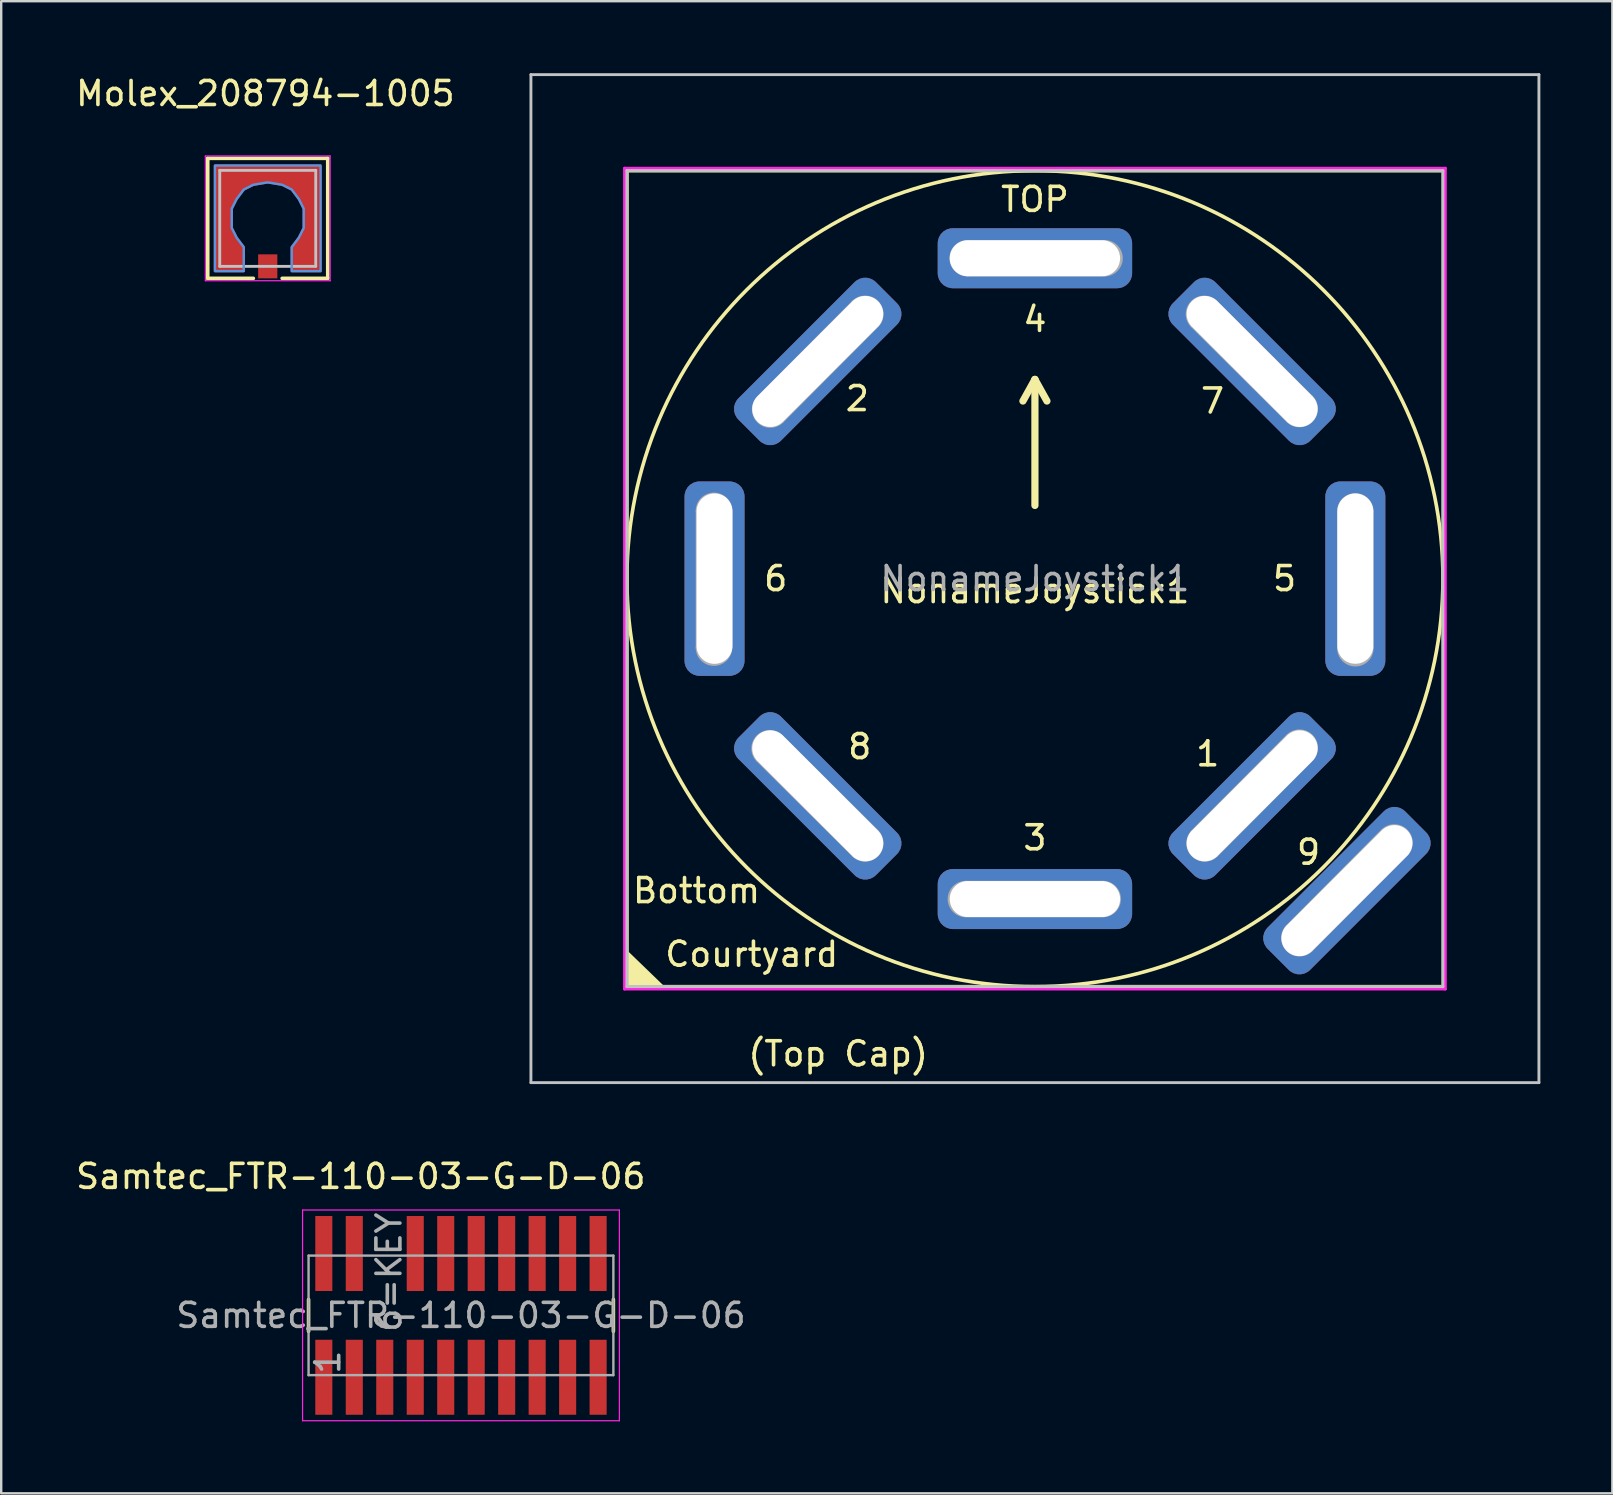
<source format=kicad_pcb>
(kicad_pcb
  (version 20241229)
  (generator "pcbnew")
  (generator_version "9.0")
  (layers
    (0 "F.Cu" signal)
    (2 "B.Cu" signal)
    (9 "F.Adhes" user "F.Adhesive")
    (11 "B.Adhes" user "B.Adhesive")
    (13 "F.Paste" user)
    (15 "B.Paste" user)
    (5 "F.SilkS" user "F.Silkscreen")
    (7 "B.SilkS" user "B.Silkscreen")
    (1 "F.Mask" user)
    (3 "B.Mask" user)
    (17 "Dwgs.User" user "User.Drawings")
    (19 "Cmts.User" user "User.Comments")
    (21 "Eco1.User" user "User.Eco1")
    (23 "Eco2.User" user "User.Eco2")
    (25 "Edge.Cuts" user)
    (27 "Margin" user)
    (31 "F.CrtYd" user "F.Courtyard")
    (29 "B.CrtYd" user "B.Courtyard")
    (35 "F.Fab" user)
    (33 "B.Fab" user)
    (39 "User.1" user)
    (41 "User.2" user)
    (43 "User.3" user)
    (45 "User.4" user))
  (footprint "Molex_208794-1005"
    (layer "F.Cu")
    (at 8.106 6.048)
    (property "Reference" "Molex_208794-1005" (at -0.1 -5.2 0) (layer "F.SilkS") (effects (font (size 1 1) (thickness 0.15))))
    (attr smd)
    (fp_line (start -2.5 2.5) (end -2.5 -2.5) (stroke (width 0.15) (type solid)) (layer "F.SilkS"))
    (fp_line (start -2.5 2.5) (end -0.6 2.5) (stroke (width 0.15) (type solid)) (layer "F.SilkS"))
    (fp_line (start 2.5 -2.5) (end -2.5 -2.5) (stroke (width 0.15) (type solid)) (layer "F.SilkS"))
    (fp_line (start 2.5 2.5) (end 0.6 2.5) (stroke (width 0.15) (type solid)) (layer "F.SilkS"))
    (fp_line (start 2.5 2.5) (end 2.5 -2.5) (stroke (width 0.15) (type solid)) (layer "F.SilkS"))
    (fp_line (start -2 -2) (end -2 2) (stroke (width 0.12) (type solid)) (layer "Dwgs.User"))
    (fp_line (start -2 -2) (end 2 -2) (stroke (width 0.12) (type solid)) (layer "Dwgs.User"))
    (fp_line (start -2 2) (end 2 2) (stroke (width 0.12) (type solid)) (layer "Dwgs.User"))
    (fp_line (start 2 -2) (end 2 2) (stroke (width 0.12) (type solid)) (layer "Dwgs.User"))
    (fp_poly (pts (xy 2.2 2.2) (xy 1 2.2) (xy 1 1.2) (xy 1.3 0.8) (xy 1.5 0.4) (xy 1.5 -0.4) (xy 1.3 -0.8) (xy 1 -1.2) (xy 0.6 -1.4) (xy 0 -1.5) (xy -0.6 -1.4) (xy -1 -1.2) (xy -1.3 -0.8) (xy -1.5 -0.4) (xy -1.5 0.4) (xy -1.3 0.8) (xy -1 1.2) (xy -1 2.2) (xy -2.2 2.2) (xy -2.2 -2.2) (xy 2.2 -2.2)) (stroke (width 0.1) (type solid)) (fill no) (layer "Cmts.User"))
    (fp_line (start -2.6 -2.6) (end -2.6 2.6) (stroke (width 0.05) (type solid)) (layer "F.CrtYd"))
    (fp_line (start -2.6 2.6) (end 2.6 2.6) (stroke (width 0.05) (type solid)) (layer "F.CrtYd"))
    (fp_line (start 2.6 -2.6) (end -2.6 -2.6) (stroke (width 0.05) (type solid)) (layer "F.CrtYd"))
    (fp_line (start 2.6 2.6) (end 2.6 -2.6) (stroke (width 0.05) (type solid)) (layer "F.CrtYd"))
    (pad "1" smd rect (at 0 2) (size 0.8 1) (layers "F.Cu" "F.Mask" "F.Paste"))
    (pad "2" smd custom (at 0 -1.8) (size 0.5 0.5) (layers "F.Cu" "F.Mask" "F.Paste") (options (anchor rect)) (primitives (gr_poly (pts (xy 0 -0.4) (xy 2.2 -0.4) (xy 2.2 4) (xy 1 4) (xy 1 3) (xy 1.3 2.6) (xy 1.5 2.2) (xy 1.5 1.4) (xy 1.3 1) (xy 1 0.6) (xy 0.6 0.4) (xy 0 0.3) (xy -0.6 0.4) (xy -1 0.6) (xy -1.3 1) (xy -1.5 1.4) (xy -1.5 2.2) (xy -1.3 2.6) (xy -1 3) (xy -1 4) (xy -2.2 4) (xy -2.2 -0.4)) (width 0.1) (fill yes)))))
  (footprint "Samtec_FTR-110-03-G-D-06"
    (layer "F.Cu")
    (at 16.157 51.758)
    (property "Reference" "Samtec_FTR-110-03-G-D-06" (at -4.175 -5.79 0) (layer "F.SilkS") (effects (font (size 1 1) (thickness 0.15))))
    (attr smd)
    (fp_line (start -6.35 0.665) (end -6.35 -0.665) (stroke (width 0.15) (type solid)) (layer "F.SilkS"))
    (fp_line (start 6.35 0.665) (end 6.35 -0.665) (stroke (width 0.15) (type solid)) (layer "F.SilkS"))
    (fp_line (start -6.6 -4.39) (end 6.6 -4.39) (stroke (width 0.05) (type solid)) (layer "F.CrtYd"))
    (fp_line (start -6.6 4.39) (end -6.6 -4.39) (stroke (width 0.05) (type solid)) (layer "F.CrtYd"))
    (fp_line (start 6.6 -4.39) (end 6.6 4.39) (stroke (width 0.05) (type solid)) (layer "F.CrtYd"))
    (fp_line (start 6.6 4.39) (end -6.6 4.39) (stroke (width 0.05) (type solid)) (layer "F.CrtYd"))
    (fp_line (start -6.35 -2.49) (end 6.35 -2.49) (stroke (width 0.1) (type solid)) (layer "F.Fab"))
    (fp_line (start -6.35 2.49) (end -6.35 -2.49) (stroke (width 0.1) (type solid)) (layer "F.Fab"))
    (fp_line (start 6.35 -2.49) (end 6.35 2.49) (stroke (width 0.1) (type solid)) (layer "F.Fab"))
    (fp_line (start 6.35 2.49) (end -6.35 2.49) (stroke (width 0.1) (type solid)) (layer "F.Fab"))
    (fp_text user "1" (at -5.55 1.95 90) (layer "F.Fab") (effects (font (size 1 1) (thickness 0.15))))
    (fp_text user "${REFERENCE}" (at 0 0 0) (layer "F.Fab") (effects (font (size 1 1) (thickness 0.15))))
    (fp_text user "6=KEY" (at -3 -1.8 90) (layer "F.Fab") (effects (font (size 1 1) (thickness 0.15))))
    (pad "1" smd rect (at -5.715 2.578) (size 0.711 3.125) (layers "F.Cu" "F.Mask" "F.Paste"))
    (pad "2" smd rect (at -5.715 -2.578) (size 0.711 3.125) (layers "F.Cu" "F.Mask" "F.Paste"))
    (pad "3" smd rect (at -4.445 2.578) (size 0.711 3.125) (layers "F.Cu" "F.Mask" "F.Paste"))
    (pad "4" smd rect (at -4.445 -2.578) (size 0.711 3.125) (layers "F.Cu" "F.Mask" "F.Paste"))
    (pad "5" smd rect (at -3.175 2.578) (size 0.711 3.125) (layers "F.Cu" "F.Mask" "F.Paste"))
    (pad "7" smd rect (at -1.905 2.578) (size 0.711 3.125) (layers "F.Cu" "F.Mask" "F.Paste"))
    (pad "8" smd rect (at -1.905 -2.578) (size 0.711 3.125) (layers "F.Cu" "F.Mask" "F.Paste"))
    (pad "9" smd rect (at -0.635 2.578) (size 0.711 3.125) (layers "F.Cu" "F.Mask" "F.Paste"))
    (pad "10" smd rect (at -0.635 -2.578) (size 0.711 3.125) (layers "F.Cu" "F.Mask" "F.Paste"))
    (pad "11" smd rect (at 0.635 2.578) (size 0.711 3.125) (layers "F.Cu" "F.Mask" "F.Paste"))
    (pad "12" smd rect (at 0.635 -2.578) (size 0.711 3.125) (layers "F.Cu" "F.Mask" "F.Paste"))
    (pad "13" smd rect (at 1.905 2.578) (size 0.711 3.125) (layers "F.Cu" "F.Mask" "F.Paste"))
    (pad "14" smd rect (at 1.905 -2.578) (size 0.711 3.125) (layers "F.Cu" "F.Mask" "F.Paste"))
    (pad "15" smd rect (at 3.175 2.578) (size 0.711 3.125) (layers "F.Cu" "F.Mask" "F.Paste"))
    (pad "16" smd rect (at 3.175 -2.578) (size 0.711 3.125) (layers "F.Cu" "F.Mask" "F.Paste"))
    (pad "17" smd rect (at 4.445 2.578) (size 0.711 3.125) (layers "F.Cu" "F.Mask" "F.Paste"))
    (pad "18" smd rect (at 4.445 -2.578) (size 0.711 3.125) (layers "F.Cu" "F.Mask" "F.Paste"))
    (pad "19" smd rect (at 5.715 2.578) (size 0.711 3.125) (layers "F.Cu" "F.Mask" "F.Paste"))
    (pad "20" smd rect (at 5.715 -2.578) (size 0.711 3.125) (layers "F.Cu" "F.Mask" "F.Paste")))
  (footprint "NonameJoystick1"
    (layer "F.Cu")
    (at 40.072 21.06)
    (property "Reference" "NonameJoystick1" (at 0 0.5 0) (layer "F.SilkS") (effects (font (size 1 1) (thickness 0.15))))
    (attr through_hole)
    (fp_line (start -17 -17) (end 17 -17) (stroke (width 0.15) (type solid)) (layer "F.SilkS"))
    (fp_line (start -17 17) (end -17 -17) (stroke (width 0.15) (type solid)) (layer "F.SilkS"))
    (fp_line (start 0 -8.3) (end -0.5 -7.4) (stroke (width 0.3) (type solid)) (layer "F.SilkS"))
    (fp_line (start 0 -3.05) (end 0 -8.3) (stroke (width 0.3) (type solid)) (layer "F.SilkS"))
    (fp_line (start 0.5 -7.4) (end 0 -8.3) (stroke (width 0.3) (type solid)) (layer "F.SilkS"))
    (fp_line (start 17 17) (end -17 17) (stroke (width 0.15) (type solid)) (layer "F.SilkS"))
    (fp_circle (center 0 0) (end 17 0) (stroke (width 0.15) (type solid)) (fill no) (layer "F.SilkS"))
    (fp_poly (pts (xy -15.5 17) (xy -17 17) (xy -17 15.55)) (stroke (width 0.1) (type solid)) (fill yes) (layer "F.SilkS"))
    (fp_line (start -21 -21) (end 21 -21) (stroke (width 0.12) (type solid)) (layer "Dwgs.User"))
    (fp_line (start -21 21) (end -21 -21) (stroke (width 0.12) (type solid)) (layer "Dwgs.User"))
    (fp_line (start -17 -17) (end 17 -17) (stroke (width 0.12) (type solid)) (layer "Dwgs.User"))
    (fp_line (start -17 17) (end -17 -17) (stroke (width 0.12) (type solid)) (layer "Dwgs.User"))
    (fp_line (start 17 -17) (end 17 17) (stroke (width 0.12) (type solid)) (layer "Dwgs.User"))
    (fp_line (start 17 17) (end -17 17) (stroke (width 0.12) (type solid)) (layer "Dwgs.User"))
    (fp_line (start 21 -21) (end 21 21) (stroke (width 0.12) (type solid)) (layer "Dwgs.User"))
    (fp_line (start 21 21) (end -21 21) (stroke (width 0.12) (type solid)) (layer "Dwgs.User"))
    (fp_line (start -17.1 -17.1) (end 17.1 -17.1) (stroke (width 0.12) (type solid)) (layer "F.CrtYd"))
    (fp_line (start -17.1 17.1) (end -17.1 -17.1) (stroke (width 0.12) (type solid)) (layer "F.CrtYd"))
    (fp_line (start 17.1 -17.1) (end 17.1 17.1) (stroke (width 0.12) (type solid)) (layer "F.CrtYd"))
    (fp_line (start 17.1 17.1) (end -17.1 17.1) (stroke (width 0.12) (type solid)) (layer "F.CrtYd"))
    (fp_line (start -17 -17) (end -17 17) (stroke (width 0.12) (type solid)) (layer "F.Fab"))
    (fp_line (start -17 17) (end 17 17) (stroke (width 0.12) (type solid)) (layer "F.Fab"))
    (fp_line (start -14.075 -2.825) (end -14.075 2.875) (stroke (width 0.12) (type solid)) (layer "F.Fab"))
    (fp_line (start -12.675 -2.825) (end -12.675 2.875) (stroke (width 0.12) (type solid)) (layer "F.Fab"))
    (fp_line (start -11.551 -7.526) (end -7.576 -11.526) (stroke (width 0.12) (type solid)) (layer "F.Fab"))
    (fp_line (start -10.575 6.55) (end -6.575 10.525) (stroke (width 0.12) (type solid)) (layer "F.Fab"))
    (fp_line (start -7.551 11.551) (end -11.551 7.576) (stroke (width 0.12) (type solid)) (layer "F.Fab"))
    (fp_line (start -6.55 -10.55) (end -10.525 -6.55) (stroke (width 0.12) (type solid)) (layer "F.Fab"))
    (fp_line (start 2.825 12.65) (end -2.875 12.65) (stroke (width 0.12) (type solid)) (layer "F.Fab"))
    (fp_line (start 2.825 14.05) (end -2.875 14.05) (stroke (width 0.12) (type solid)) (layer "F.Fab"))
    (fp_line (start 2.9 -14.05) (end -2.8 -14.05) (stroke (width 0.12) (type solid)) (layer "F.Fab"))
    (fp_line (start 2.9 -12.65) (end -2.8 -12.65) (stroke (width 0.12) (type solid)) (layer "F.Fab"))
    (fp_line (start 6.549 10.549) (end 10.524 6.549) (stroke (width 0.12) (type solid)) (layer "F.Fab"))
    (fp_line (start 7.525 -11.55) (end 11.525 -7.575) (stroke (width 0.12) (type solid)) (layer "F.Fab"))
    (fp_line (start 10.499 14.499) (end 14.474 10.499) (stroke (width 0.12) (type solid)) (layer "F.Fab"))
    (fp_line (start 10.549 -6.549) (end 6.549 -10.524) (stroke (width 0.12) (type solid)) (layer "F.Fab"))
    (fp_line (start 11.55 7.525) (end 7.575 11.525) (stroke (width 0.12) (type solid)) (layer "F.Fab"))
    (fp_line (start 12.65 -2.8) (end 12.65 2.9) (stroke (width 0.12) (type solid)) (layer "F.Fab"))
    (fp_line (start 14.05 -2.8) (end 14.05 2.9) (stroke (width 0.12) (type solid)) (layer "F.Fab"))
    (fp_line (start 15.5 11.475) (end 11.525 15.475) (stroke (width 0.12) (type solid)) (layer "F.Fab"))
    (fp_line (start 17 -17) (end -17 -17) (stroke (width 0.12) (type solid)) (layer "F.Fab"))
    (fp_line (start 17 17) (end 17 -17) (stroke (width 0.12) (type solid)) (layer "F.Fab"))
    (fp_arc (start -14.075 -2.825) (mid -13.375 -3.525) (end -12.675 -2.825) (stroke (width 0.12) (type solid)) (layer "F.Fab"))
    (fp_arc (start -12.675 2.875) (mid -13.375 3.575) (end -14.075 2.875) (stroke (width 0.12) (type solid)) (layer "F.Fab"))
    (fp_arc (start -11.550625 7.575625) (mid -11.562973 6.587035) (end -10.575 6.55) (stroke (width 0.12) (type solid)) (layer "F.Fab"))
    (fp_arc (start -10.525 -6.55) (mid -11.51359 -6.537652) (end -11.550625 -7.525625) (stroke (width 0.12) (type solid)) (layer "F.Fab"))
    (fp_arc (start -7.575625 -11.525625) (mid -6.587035 -11.537973) (end -6.55 -10.55) (stroke (width 0.12) (type solid)) (layer "F.Fab"))
    (fp_arc (start -6.575 10.525) (mid -6.562652 11.51359) (end -7.550625 11.550625) (stroke (width 0.12) (type solid)) (layer "F.Fab"))
    (fp_arc (start -2.875 14.05) (mid -3.575 13.35) (end -2.875 12.65) (stroke (width 0.12) (type solid)) (layer "F.Fab"))
    (fp_arc (start -2.8 -12.65) (mid -3.5 -13.35) (end -2.8 -14.05) (stroke (width 0.12) (type solid)) (layer "F.Fab"))
    (fp_arc (start 2.825 12.65) (mid 3.525 13.35) (end 2.825 14.05) (stroke (width 0.12) (type solid)) (layer "F.Fab"))
    (fp_arc (start 2.9 -14.05) (mid 3.6 -13.35) (end 2.9 -12.65) (stroke (width 0.12) (type solid)) (layer "F.Fab"))
    (fp_arc (start 6.549375 -10.524375) (mid 6.537027 -11.512965) (end 7.525 -11.55) (stroke (width 0.12) (type solid)) (layer "F.Fab"))
    (fp_arc (start 7.575 11.525) (mid 6.58641 11.537348) (end 6.549375 10.549375) (stroke (width 0.12) (type solid)) (layer "F.Fab"))
    (fp_arc (start 10.524375 6.549375) (mid 11.512965 6.537027) (end 11.55 7.525) (stroke (width 0.12) (type solid)) (layer "F.Fab"))
    (fp_arc (start 11.525 -7.575) (mid 11.537348 -6.58641) (end 10.549375 -6.549375) (stroke (width 0.12) (type solid)) (layer "F.Fab"))
    (fp_arc (start 11.525 15.475) (mid 10.53641 15.487348) (end 10.499375 14.499375) (stroke (width 0.12) (type solid)) (layer "F.Fab"))
    (fp_arc (start 12.65 -2.8) (mid 13.35 -3.5) (end 14.05 -2.8) (stroke (width 0.12) (type solid)) (layer "F.Fab"))
    (fp_arc (start 14.05 2.9) (mid 13.35 3.6) (end 12.65 2.9) (stroke (width 0.12) (type solid)) (layer "F.Fab"))
    (fp_arc (start 14.474375 10.499375) (mid 15.462965 10.487027) (end 15.5 11.475) (stroke (width 0.12) (type solid)) (layer "F.Fab"))
    (fp_text user "Bottom" (at -14.1 13 0) (layer "F.SilkS") (effects (font (size 1 1) (thickness 0.15))))
    (fp_text user "7" (at 7.4 -7.4 0) (layer "F.SilkS") (effects (font (size 1 1) (thickness 0.15))))
    (fp_text user "4" (at 0 -10.8 0) (layer "F.SilkS") (effects (font (size 1 1) (thickness 0.15))))
    (fp_text user "8" (at -7.3 7 0) (layer "F.SilkS") (effects (font (size 1 1) (thickness 0.15))))
    (fp_text user "2" (at -7.4 -7.5 0) (layer "F.SilkS") (effects (font (size 1 1) (thickness 0.15))))
    (fp_text user "5" (at 10.4 0 0) (layer "F.SilkS") (effects (font (size 1 1) (thickness 0.15))))
    (fp_text user "(Top Cap)" (at -8.2 19.8 0) (layer "F.SilkS") (effects (font (size 1 1) (thickness 0.15))))
    (fp_text user "3" (at 0 10.8 0) (layer "F.SilkS") (effects (font (size 1 1) (thickness 0.15))))
    (fp_text user "1" (at 7.2 7.3 0) (layer "F.SilkS") (effects (font (size 1 1) (thickness 0.15))))
    (fp_text user "TOP" (at 0 -15.8 0) (layer "F.SilkS") (effects (font (size 1 1) (thickness 0.15))))
    (fp_text user "6" (at -10.8 0 0) (layer "F.SilkS") (effects (font (size 1 1) (thickness 0.15))))
    (fp_text user "9" (at 11.4 11.4 0) (layer "F.SilkS") (effects (font (size 1 1) (thickness 0.15))))
    (fp_text user "Courtyard" (at -11.8 15.65 0) (layer "F.SilkS") (effects (font (size 1 1) (thickness 0.15))))
    (fp_text user "${REFERENCE}" (at 0 0 0) (layer "F.Fab") (effects (font (size 1 1) (thickness 0.15))))
    (pad "1" thru_hole roundrect (at 9.05 9.05 45) (size 8.1 2.5) (drill oval 7.1 1.5) (layers "*.Cu" "*.Mask") (roundrect_rratio 0.25))
    (pad "2" thru_hole roundrect (at -9.05 -9.05 45) (size 8.1 2.5) (drill oval 7.1 1.5) (layers "*.Cu" "*.Mask") (roundrect_rratio 0.25))
    (pad "3" thru_hole roundrect (at 0 13.35) (size 8.1 2.5) (drill oval 7.1 1.5) (layers "*.Cu" "*.Mask") (roundrect_rratio 0.25))
    (pad "4" thru_hole roundrect (at 0 -13.35) (size 8.1 2.5) (drill oval 7.1 1.5) (layers "*.Cu" "*.Mask") (roundrect_rratio 0.25))
    (pad "5" thru_hole roundrect (at 13.35 0 90) (size 8.1 2.5) (drill oval 7.1 1.5) (layers "*.Cu" "*.Mask") (roundrect_rratio 0.25))
    (pad "6" thru_hole roundrect (at -13.35 0 90) (size 8.1 2.5) (drill oval 7.1 1.5) (layers "*.Cu" "*.Mask") (roundrect_rratio 0.25))
    (pad "7" thru_hole roundrect (at 9.05 -9.05 135) (size 8.1 2.5) (drill oval 7.1 1.5) (layers "*.Cu" "*.Mask") (roundrect_rratio 0.25))
    (pad "8" thru_hole roundrect (at -9.05 9.05 135) (size 8.1 2.5) (drill oval 7.1 1.5) (layers "*.Cu" "*.Mask") (roundrect_rratio 0.25))
    (pad "9" thru_hole roundrect (at 13 13 45) (size 8.1 2.5) (drill oval 7.1 1.5) (layers "*.Cu" "*.Mask") (roundrect_rratio 0.25)))
  (gr_rect
    (start -3 -3)
    (end 64.132 59.173)
    (stroke (width 0.1) (type default))
    (fill no)
    (layer "Edge.Cuts")))
</source>
